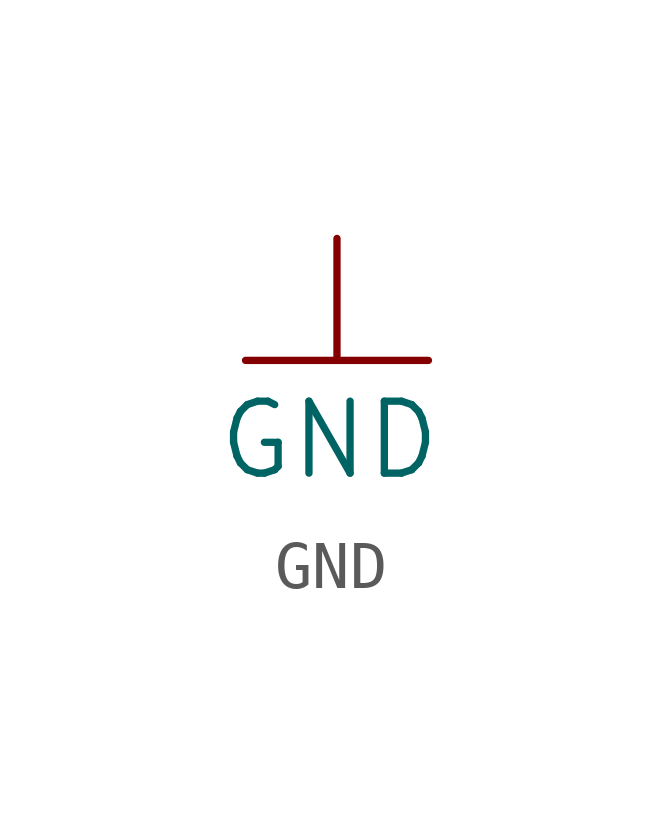
<source format=kicad_sym>
(kicad_symbol_lib
  (version 20211014)
  (generator kicad_symbol_editor)
  (symbol "GND"
    (power)
    (pin_names
      (offset 1.016))
    (property "Reference" "#GND"
      (at 0 0 0)
      (effects (font (size 0.787 0.787)) hide))
    (property "Value" "GND"
      (at -2.54 -2.54 0)
      (effects (font (size 1.499 1.499)) (justify left bottom)))
    (property "ki_locked" ""
      (at 0 0 0)
      (effects (font (size 1.27 1.27))))
    (symbol "GND_1_0"
      (polyline (pts (xy -1.905 0) (xy 1.905 0)) (stroke (width 0) (type default) (color 0 0 0 0)) (fill (type none)))
      (pin power_in line (at 0 2.54 270) (length 2.54) (name "GND" (effects (font (size 0 0)))) (number "1" (effects (font (size 0 0))))))))
</source>
